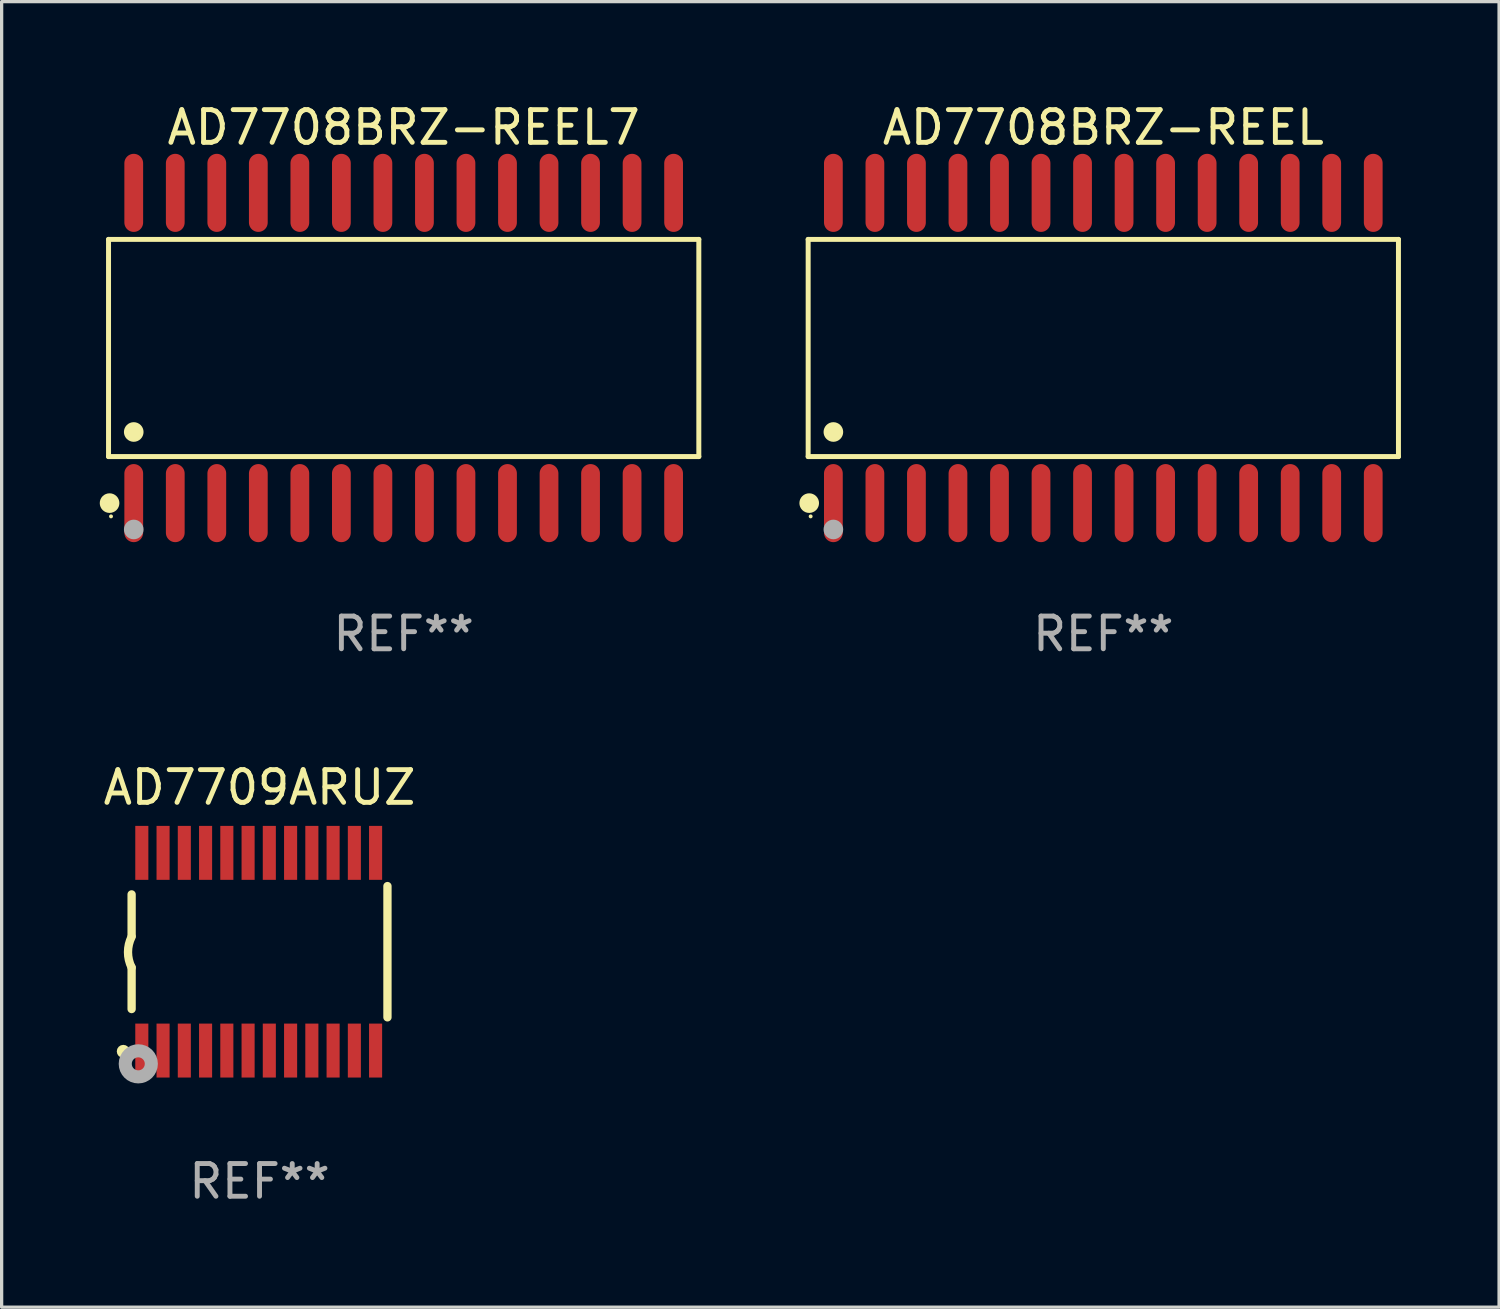
<source format=kicad_pcb>
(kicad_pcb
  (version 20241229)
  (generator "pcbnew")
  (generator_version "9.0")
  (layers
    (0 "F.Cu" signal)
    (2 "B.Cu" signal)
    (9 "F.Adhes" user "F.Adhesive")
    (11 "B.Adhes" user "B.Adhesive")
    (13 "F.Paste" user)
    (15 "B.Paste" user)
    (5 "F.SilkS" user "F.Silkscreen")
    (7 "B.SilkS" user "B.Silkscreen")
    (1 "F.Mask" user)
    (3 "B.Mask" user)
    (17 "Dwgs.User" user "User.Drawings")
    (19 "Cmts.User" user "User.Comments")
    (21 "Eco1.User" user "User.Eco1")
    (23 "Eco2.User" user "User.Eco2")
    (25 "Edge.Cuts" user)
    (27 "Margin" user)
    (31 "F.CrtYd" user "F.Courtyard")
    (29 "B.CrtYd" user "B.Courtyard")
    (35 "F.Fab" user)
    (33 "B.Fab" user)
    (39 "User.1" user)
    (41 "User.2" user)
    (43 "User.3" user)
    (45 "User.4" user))
  (footprint "AD7708BRZ-REEL"
    (layer "F.Cu")
    (at 30.691 7.592)
    (property "Reference" "AD7708BRZ-REEL" (at 0 -6.744 0) (layer "F.SilkS") (effects (font (size 1 1) (thickness 0.15))))
    (attr through_hole)
    (fp_line (start -9.026 -3.321) (end 9.026 -3.321) (stroke (width 0.152) (type solid)) (layer "F.SilkS"))
    (fp_line (start -9.026 3.321) (end -9.026 -3.321) (stroke (width 0.152) (type solid)) (layer "F.SilkS"))
    (fp_line (start 9.026 -3.321) (end 9.026 3.321) (stroke (width 0.152) (type solid)) (layer "F.SilkS"))
    (fp_line (start 9.026 3.321) (end -9.026 3.321) (stroke (width 0.152) (type solid)) (layer "F.SilkS"))
    (fp_circle (center -8.994 4.744) (end -8.844 4.744) (stroke (width 0.3) (type solid)) (fill no) (layer "F.SilkS"))
    (fp_circle (center -8.95 5.15) (end -8.92 5.15) (stroke (width 0.06) (type solid)) (fill no) (layer "F.SilkS"))
    (fp_circle (center -8.255 2.569) (end -8.105 2.569) (stroke (width 0.3) (type solid)) (fill no) (layer "F.SilkS"))
    (fp_circle (center -8.255 5.55) (end -8.105 5.55) (stroke (width 0.3) (type solid)) (fill no) (layer "F.Fab"))
    (fp_text user "REF**" (at 0 8.744 0) (layer "F.Fab") (effects (font (size 1 1) (thickness 0.15))))
    (pad "1" smd oval (at -8.255 4.744) (size 0.574 2.388) (layers "F.Cu" "F.Mask" "F.Paste"))
    (pad "2" smd oval (at -6.985 4.744) (size 0.574 2.388) (layers "F.Cu" "F.Mask" "F.Paste"))
    (pad "3" smd oval (at -5.715 4.744) (size 0.574 2.388) (layers "F.Cu" "F.Mask" "F.Paste"))
    (pad "4" smd oval (at -4.445 4.744) (size 0.574 2.388) (layers "F.Cu" "F.Mask" "F.Paste"))
    (pad "5" smd oval (at -3.175 4.744) (size 0.574 2.388) (layers "F.Cu" "F.Mask" "F.Paste"))
    (pad "6" smd oval (at -1.905 4.744) (size 0.574 2.388) (layers "F.Cu" "F.Mask" "F.Paste"))
    (pad "7" smd oval (at -0.635 4.744) (size 0.574 2.388) (layers "F.Cu" "F.Mask" "F.Paste"))
    (pad "8" smd oval (at 0.635 4.744) (size 0.574 2.388) (layers "F.Cu" "F.Mask" "F.Paste"))
    (pad "9" smd oval (at 1.905 4.744) (size 0.574 2.388) (layers "F.Cu" "F.Mask" "F.Paste"))
    (pad "10" smd oval (at 3.175 4.744) (size 0.574 2.388) (layers "F.Cu" "F.Mask" "F.Paste"))
    (pad "11" smd oval (at 4.445 4.744) (size 0.574 2.388) (layers "F.Cu" "F.Mask" "F.Paste"))
    (pad "12" smd oval (at 5.715 4.744) (size 0.574 2.388) (layers "F.Cu" "F.Mask" "F.Paste"))
    (pad "13" smd oval (at 6.985 4.744) (size 0.574 2.388) (layers "F.Cu" "F.Mask" "F.Paste"))
    (pad "14" smd oval (at 8.255 4.744) (size 0.574 2.388) (layers "F.Cu" "F.Mask" "F.Paste"))
    (pad "15" smd oval (at 8.255 -4.744) (size 0.574 2.388) (layers "F.Cu" "F.Mask" "F.Paste"))
    (pad "16" smd oval (at 6.985 -4.744) (size 0.574 2.388) (layers "F.Cu" "F.Mask" "F.Paste"))
    (pad "17" smd oval (at 5.715 -4.744) (size 0.574 2.388) (layers "F.Cu" "F.Mask" "F.Paste"))
    (pad "18" smd oval (at 4.445 -4.744) (size 0.574 2.388) (layers "F.Cu" "F.Mask" "F.Paste"))
    (pad "19" smd oval (at 3.175 -4.744) (size 0.574 2.388) (layers "F.Cu" "F.Mask" "F.Paste"))
    (pad "20" smd oval (at 1.905 -4.744) (size 0.574 2.388) (layers "F.Cu" "F.Mask" "F.Paste"))
    (pad "21" smd oval (at 0.635 -4.744) (size 0.574 2.388) (layers "F.Cu" "F.Mask" "F.Paste"))
    (pad "22" smd oval (at -0.635 -4.744) (size 0.574 2.388) (layers "F.Cu" "F.Mask" "F.Paste"))
    (pad "23" smd oval (at -1.905 -4.744) (size 0.574 2.388) (layers "F.Cu" "F.Mask" "F.Paste"))
    (pad "24" smd oval (at -3.175 -4.744) (size 0.574 2.388) (layers "F.Cu" "F.Mask" "F.Paste"))
    (pad "25" smd oval (at -4.445 -4.744) (size 0.574 2.388) (layers "F.Cu" "F.Mask" "F.Paste"))
    (pad "26" smd oval (at -5.715 -4.744) (size 0.574 2.388) (layers "F.Cu" "F.Mask" "F.Paste"))
    (pad "27" smd oval (at -6.985 -4.744) (size 0.574 2.388) (layers "F.Cu" "F.Mask" "F.Paste"))
    (pad "28" smd oval (at -8.255 -4.744) (size 0.574 2.388) (layers "F.Cu" "F.Mask" "F.Paste")))
  (footprint "AD7709ARUZ"
    (layer "F.Cu")
    (at 4.887 26.055)
    (property "Reference" "AD7709ARUZ" (at 0 -5.023 0) (layer "F.SilkS") (effects (font (size 1 1) (thickness 0.15))))
    (attr through_hole)
    (fp_line (start -3.912 -0.483) (end -3.912 -1.753) (stroke (width 0.254) (type solid)) (layer "F.SilkS"))
    (fp_line (start -3.912 1.753) (end -3.912 0.483) (stroke (width 0.254) (type solid)) (layer "F.SilkS"))
    (fp_line (start 3.912 -2.007) (end 3.912 2.007) (stroke (width 0.254) (type solid)) (layer "F.SilkS"))
    (fp_arc (start -3.911608 0.482601) (mid -4.022537 0.0127) (end -3.911608 -0.457201) (stroke (width 0.254001) (type solid)) (layer "F.SilkS"))
    (fp_circle (center -4.166 3.048) (end -4.066 3.048) (stroke (width 0.2) (type solid)) (fill no) (layer "F.SilkS"))
    (fp_circle (center -3.925 3.186) (end -3.895 3.186) (stroke (width 0.06) (type solid)) (fill no) (layer "F.SilkS"))
    (fp_circle (center -3.708 3.429) (end -3.509 3.429) (stroke (width 0.4) (type solid)) (fill no) (layer "F.Fab"))
    (fp_text user "REF**" (at 0 7.023 0) (layer "F.Fab") (effects (font (size 1 1) (thickness 0.15))))
    (pad "1" smd rect (at -3.6 3.023) (size 0.4 1.65) (layers "F.Cu" "F.Mask" "F.Paste"))
    (pad "2" smd rect (at -2.95 3.023) (size 0.4 1.65) (layers "F.Cu" "F.Mask" "F.Paste"))
    (pad "3" smd rect (at -2.3 3.023) (size 0.4 1.65) (layers "F.Cu" "F.Mask" "F.Paste"))
    (pad "4" smd rect (at -1.65 3.023) (size 0.4 1.65) (layers "F.Cu" "F.Mask" "F.Paste"))
    (pad "5" smd rect (at -1 3.023) (size 0.4 1.65) (layers "F.Cu" "F.Mask" "F.Paste"))
    (pad "6" smd rect (at -0.35 3.023) (size 0.4 1.65) (layers "F.Cu" "F.Mask" "F.Paste"))
    (pad "7" smd rect (at 0.299 3.023) (size 0.4 1.65) (layers "F.Cu" "F.Mask" "F.Paste"))
    (pad "8" smd rect (at 0.95 3.023) (size 0.4 1.65) (layers "F.Cu" "F.Mask" "F.Paste"))
    (pad "9" smd rect (at 1.6 3.023) (size 0.4 1.65) (layers "F.Cu" "F.Mask" "F.Paste"))
    (pad "10" smd rect (at 2.25 3.023) (size 0.4 1.65) (layers "F.Cu" "F.Mask" "F.Paste"))
    (pad "11" smd rect (at 2.9 3.023) (size 0.4 1.65) (layers "F.Cu" "F.Mask" "F.Paste"))
    (pad "12" smd rect (at 3.549 3.023) (size 0.4 1.65) (layers "F.Cu" "F.Mask" "F.Paste"))
    (pad "13" smd rect (at 3.549 -3.023) (size 0.4 1.65) (layers "F.Cu" "F.Mask" "F.Paste"))
    (pad "14" smd rect (at 2.9 -3.023) (size 0.4 1.65) (layers "F.Cu" "F.Mask" "F.Paste"))
    (pad "15" smd rect (at 2.25 -3.023) (size 0.4 1.65) (layers "F.Cu" "F.Mask" "F.Paste"))
    (pad "16" smd rect (at 1.6 -3.023) (size 0.4 1.65) (layers "F.Cu" "F.Mask" "F.Paste"))
    (pad "17" smd rect (at 0.95 -3.023) (size 0.4 1.65) (layers "F.Cu" "F.Mask" "F.Paste"))
    (pad "18" smd rect (at 0.299 -3.023) (size 0.4 1.65) (layers "F.Cu" "F.Mask" "F.Paste"))
    (pad "19" smd rect (at -0.35 -3.023) (size 0.4 1.65) (layers "F.Cu" "F.Mask" "F.Paste"))
    (pad "20" smd rect (at -1 -3.023) (size 0.4 1.65) (layers "F.Cu" "F.Mask" "F.Paste"))
    (pad "21" smd rect (at -1.65 -3.023) (size 0.4 1.65) (layers "F.Cu" "F.Mask" "F.Paste"))
    (pad "22" smd rect (at -2.3 -3.023) (size 0.4 1.65) (layers "F.Cu" "F.Mask" "F.Paste"))
    (pad "23" smd rect (at -2.95 -3.023) (size 0.4 1.65) (layers "F.Cu" "F.Mask" "F.Paste"))
    (pad "24" smd rect (at -3.6 -3.023) (size 0.4 1.65) (layers "F.Cu" "F.Mask" "F.Paste")))
  (footprint "AD7708BRZ-REEL7"
    (layer "F.Cu")
    (at 9.295 7.592)
    (property "Reference" "AD7708BRZ-REEL7" (at 0 -6.744 0) (layer "F.SilkS") (effects (font (size 1 1) (thickness 0.15))))
    (attr through_hole)
    (fp_line (start -9.026 -3.321) (end 9.026 -3.321) (stroke (width 0.152) (type solid)) (layer "F.SilkS"))
    (fp_line (start -9.026 3.321) (end -9.026 -3.321) (stroke (width 0.152) (type solid)) (layer "F.SilkS"))
    (fp_line (start 9.026 -3.321) (end 9.026 3.321) (stroke (width 0.152) (type solid)) (layer "F.SilkS"))
    (fp_line (start 9.026 3.321) (end -9.026 3.321) (stroke (width 0.152) (type solid)) (layer "F.SilkS"))
    (fp_circle (center -8.994 4.744) (end -8.844 4.744) (stroke (width 0.3) (type solid)) (fill no) (layer "F.SilkS"))
    (fp_circle (center -8.95 5.15) (end -8.92 5.15) (stroke (width 0.06) (type solid)) (fill no) (layer "F.SilkS"))
    (fp_circle (center -8.255 2.569) (end -8.105 2.569) (stroke (width 0.3) (type solid)) (fill no) (layer "F.SilkS"))
    (fp_circle (center -8.255 5.55) (end -8.105 5.55) (stroke (width 0.3) (type solid)) (fill no) (layer "F.Fab"))
    (fp_text user "REF**" (at 0 8.744 0) (layer "F.Fab") (effects (font (size 1 1) (thickness 0.15))))
    (pad "1" smd oval (at -8.255 4.744) (size 0.574 2.388) (layers "F.Cu" "F.Mask" "F.Paste"))
    (pad "2" smd oval (at -6.985 4.744) (size 0.574 2.388) (layers "F.Cu" "F.Mask" "F.Paste"))
    (pad "3" smd oval (at -5.715 4.744) (size 0.574 2.388) (layers "F.Cu" "F.Mask" "F.Paste"))
    (pad "4" smd oval (at -4.445 4.744) (size 0.574 2.388) (layers "F.Cu" "F.Mask" "F.Paste"))
    (pad "5" smd oval (at -3.175 4.744) (size 0.574 2.388) (layers "F.Cu" "F.Mask" "F.Paste"))
    (pad "6" smd oval (at -1.905 4.744) (size 0.574 2.388) (layers "F.Cu" "F.Mask" "F.Paste"))
    (pad "7" smd oval (at -0.635 4.744) (size 0.574 2.388) (layers "F.Cu" "F.Mask" "F.Paste"))
    (pad "8" smd oval (at 0.635 4.744) (size 0.574 2.388) (layers "F.Cu" "F.Mask" "F.Paste"))
    (pad "9" smd oval (at 1.905 4.744) (size 0.574 2.388) (layers "F.Cu" "F.Mask" "F.Paste"))
    (pad "10" smd oval (at 3.175 4.744) (size 0.574 2.388) (layers "F.Cu" "F.Mask" "F.Paste"))
    (pad "11" smd oval (at 4.445 4.744) (size 0.574 2.388) (layers "F.Cu" "F.Mask" "F.Paste"))
    (pad "12" smd oval (at 5.715 4.744) (size 0.574 2.388) (layers "F.Cu" "F.Mask" "F.Paste"))
    (pad "13" smd oval (at 6.985 4.744) (size 0.574 2.388) (layers "F.Cu" "F.Mask" "F.Paste"))
    (pad "14" smd oval (at 8.255 4.744) (size 0.574 2.388) (layers "F.Cu" "F.Mask" "F.Paste"))
    (pad "15" smd oval (at 8.255 -4.744) (size 0.574 2.388) (layers "F.Cu" "F.Mask" "F.Paste"))
    (pad "16" smd oval (at 6.985 -4.744) (size 0.574 2.388) (layers "F.Cu" "F.Mask" "F.Paste"))
    (pad "17" smd oval (at 5.715 -4.744) (size 0.574 2.388) (layers "F.Cu" "F.Mask" "F.Paste"))
    (pad "18" smd oval (at 4.445 -4.744) (size 0.574 2.388) (layers "F.Cu" "F.Mask" "F.Paste"))
    (pad "19" smd oval (at 3.175 -4.744) (size 0.574 2.388) (layers "F.Cu" "F.Mask" "F.Paste"))
    (pad "20" smd oval (at 1.905 -4.744) (size 0.574 2.388) (layers "F.Cu" "F.Mask" "F.Paste"))
    (pad "21" smd oval (at 0.635 -4.744) (size 0.574 2.388) (layers "F.Cu" "F.Mask" "F.Paste"))
    (pad "22" smd oval (at -0.635 -4.744) (size 0.574 2.388) (layers "F.Cu" "F.Mask" "F.Paste"))
    (pad "23" smd oval (at -1.905 -4.744) (size 0.574 2.388) (layers "F.Cu" "F.Mask" "F.Paste"))
    (pad "24" smd oval (at -3.175 -4.744) (size 0.574 2.388) (layers "F.Cu" "F.Mask" "F.Paste"))
    (pad "25" smd oval (at -4.445 -4.744) (size 0.574 2.388) (layers "F.Cu" "F.Mask" "F.Paste"))
    (pad "26" smd oval (at -5.715 -4.744) (size 0.574 2.388) (layers "F.Cu" "F.Mask" "F.Paste"))
    (pad "27" smd oval (at -6.985 -4.744) (size 0.574 2.388) (layers "F.Cu" "F.Mask" "F.Paste"))
    (pad "28" smd oval (at -8.255 -4.744) (size 0.574 2.388) (layers "F.Cu" "F.Mask" "F.Paste")))
  (gr_rect
    (start -3 -3)
    (end 42.794 36.926)
    (stroke (width 0.1) (type default))
    (fill no)
    (layer "Edge.Cuts")))
</source>
